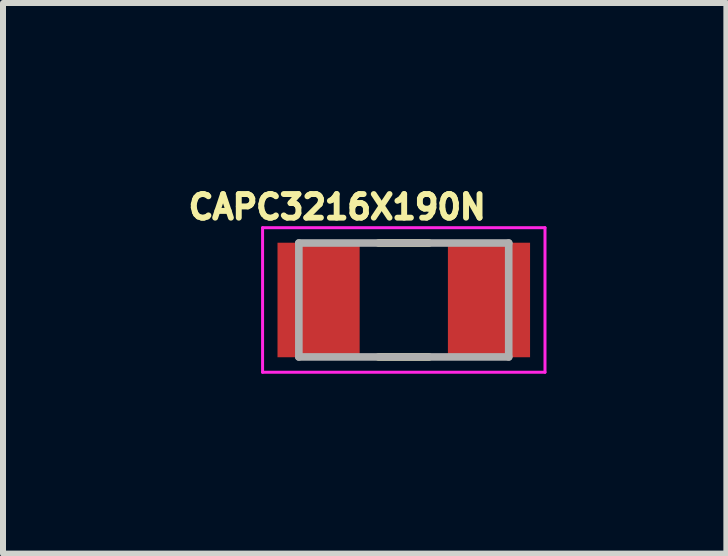
<source format=kicad_pcb>
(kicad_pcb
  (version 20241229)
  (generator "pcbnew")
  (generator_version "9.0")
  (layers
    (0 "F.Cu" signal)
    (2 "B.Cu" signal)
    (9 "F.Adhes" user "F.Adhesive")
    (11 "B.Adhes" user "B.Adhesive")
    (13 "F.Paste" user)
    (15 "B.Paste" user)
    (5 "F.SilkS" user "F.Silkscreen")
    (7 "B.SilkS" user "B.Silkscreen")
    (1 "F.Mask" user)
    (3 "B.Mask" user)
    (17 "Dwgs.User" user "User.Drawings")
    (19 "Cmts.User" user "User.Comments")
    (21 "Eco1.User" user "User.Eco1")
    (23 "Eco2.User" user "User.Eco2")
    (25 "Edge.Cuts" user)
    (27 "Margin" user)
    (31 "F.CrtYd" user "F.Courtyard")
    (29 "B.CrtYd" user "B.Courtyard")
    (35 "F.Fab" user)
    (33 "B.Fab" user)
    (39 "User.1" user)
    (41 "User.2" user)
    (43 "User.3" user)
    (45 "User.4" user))
  (footprint "CAPC3216X190N"
    (layer "F.Cu")
    (at 3.684 1.953)
    (property "Reference" "CAPC3216X190N" (at -1.11 -1.55 0) (layer "F.SilkS") (effects (font (size 0.394 0.394) (thickness 0.15))))
    (attr smd)
    (fp_line (start -0.42 -0.95) (end 0.42 -0.95) (stroke (width 0.127) (type solid)) (layer "F.SilkS"))
    (fp_line (start -0.42 0.95) (end 0.42 0.95) (stroke (width 0.127) (type solid)) (layer "F.SilkS"))
    (fp_line (start -2.355 -1.205) (end 2.355 -1.205) (stroke (width 0.05) (type solid)) (layer "F.CrtYd"))
    (fp_line (start -2.355 1.205) (end -2.355 -1.205) (stroke (width 0.05) (type solid)) (layer "F.CrtYd"))
    (fp_line (start -2.355 1.205) (end 2.355 1.205) (stroke (width 0.05) (type solid)) (layer "F.CrtYd"))
    (fp_line (start 2.355 1.205) (end 2.355 -1.205) (stroke (width 0.05) (type solid)) (layer "F.CrtYd"))
    (fp_line (start -1.75 0.95) (end -1.75 -0.95) (stroke (width 0.127) (type solid)) (layer "F.Fab"))
    (fp_line (start 1.75 -0.95) (end -1.75 -0.95) (stroke (width 0.127) (type solid)) (layer "F.Fab"))
    (fp_line (start 1.75 0.95) (end -1.75 0.95) (stroke (width 0.127) (type solid)) (layer "F.Fab"))
    (fp_line (start 1.75 0.95) (end 1.75 -0.95) (stroke (width 0.127) (type solid)) (layer "F.Fab"))
    (pad "1" smd rect (at -1.421 0) (size 1.37 1.91) (layers "F.Cu" "F.Mask" "F.Paste"))
    (pad "2" smd rect (at 1.421 0) (size 1.37 1.91) (layers "F.Cu" "F.Mask" "F.Paste")))
  (gr_rect
    (start -3 -3)
    (end 9.064 6.183)
    (stroke (width 0.1) (type default))
    (fill no)
    (layer "Edge.Cuts")))
</source>
